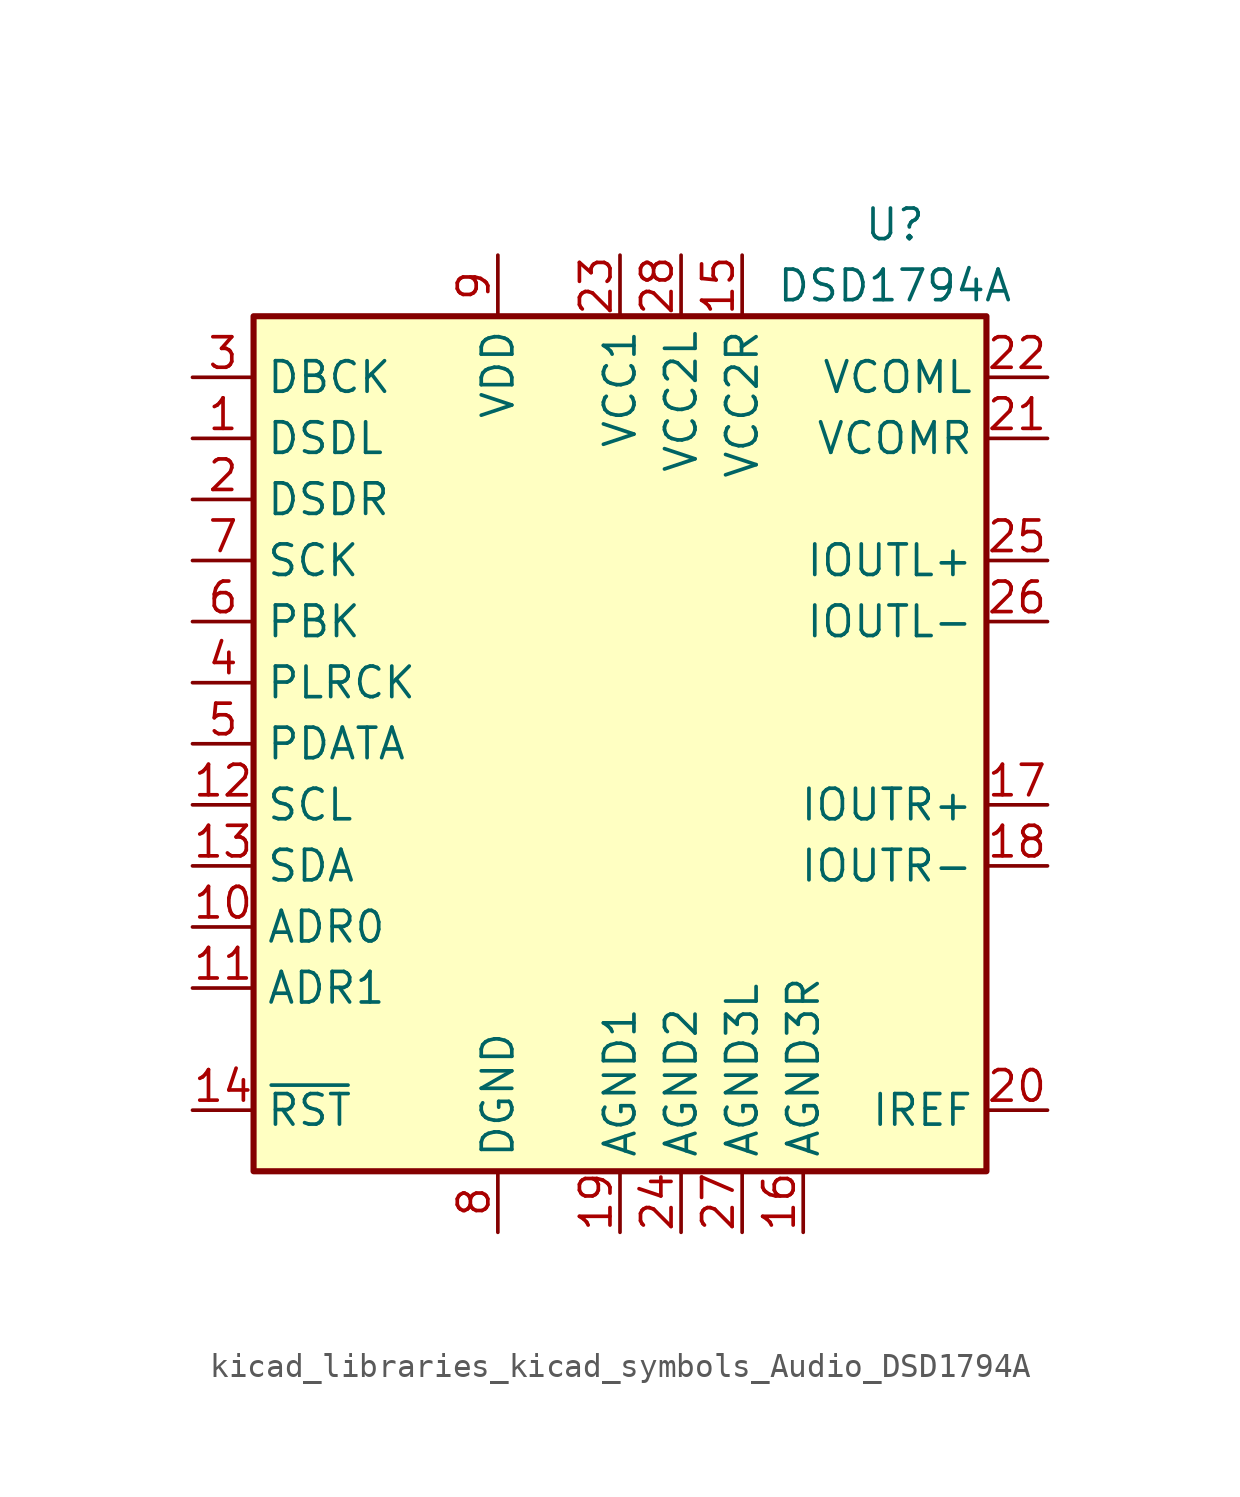
<source format=kicad_sym>
(kicad_symbol_lib
  (version 20220914)
  (generator kicad_symbol_editor)
  (symbol "kicad_libraries_kicad_symbols_Audio_DSD1794A"
    (property "Reference" "U"
      (at 11.43 21.59 0)
      (effects (font (size 1.27 1.27))))
    (property "Value" "DSD1794A"
      (at 11.43 19.05 0)
      (effects (font (size 1.27 1.27))))
    (symbol "kicad_libraries_kicad_symbols_Audio_DSD1794A_0_1"
      (rectangle (start -15.24 17.78) (end 15.24 -17.78) (stroke (width 0.254) (type default)) (fill (type background))))
    (symbol "kicad_libraries_kicad_symbols_Audio_DSD1794A_1_1"
      (pin bidirectional line (at -17.78 12.7 0) (length 2.54) (name "DSDL" (effects (font (size 1.27 1.27)))) (number "1" (effects (font (size 1.27 1.27)))))
      (pin input line (at -17.78 -7.62 0) (length 2.54) (name "ADR0" (effects (font (size 1.27 1.27)))) (number "10" (effects (font (size 1.27 1.27)))))
      (pin input line (at -17.78 -10.16 0) (length 2.54) (name "ADR1" (effects (font (size 1.27 1.27)))) (number "11" (effects (font (size 1.27 1.27)))))
      (pin input line (at -17.78 -2.54 0) (length 2.54) (name "SCL" (effects (font (size 1.27 1.27)))) (number "12" (effects (font (size 1.27 1.27)))))
      (pin bidirectional line (at -17.78 -5.08 0) (length 2.54) (name "SDA" (effects (font (size 1.27 1.27)))) (number "13" (effects (font (size 1.27 1.27)))))
      (pin input line (at -17.78 -15.24 0) (length 2.54) (name "~{RST}" (effects (font (size 1.27 1.27)))) (number "14" (effects (font (size 1.27 1.27)))))
      (pin power_in line (at 5.08 20.32 270) (length 2.54) (name "VCC2R" (effects (font (size 1.27 1.27)))) (number "15" (effects (font (size 1.27 1.27)))))
      (pin power_in line (at 7.62 -20.32 90) (length 2.54) (name "AGND3R" (effects (font (size 1.27 1.27)))) (number "16" (effects (font (size 1.27 1.27)))))
      (pin output line (at 17.78 -2.54 180) (length 2.54) (name "IOUTR+" (effects (font (size 1.27 1.27)))) (number "17" (effects (font (size 1.27 1.27)))))
      (pin output line (at 17.78 -5.08 180) (length 2.54) (name "IOUTR-" (effects (font (size 1.27 1.27)))) (number "18" (effects (font (size 1.27 1.27)))))
      (pin power_in line (at 0 -20.32 90) (length 2.54) (name "AGND1" (effects (font (size 1.27 1.27)))) (number "19" (effects (font (size 1.27 1.27)))))
      (pin bidirectional line (at -17.78 10.16 0) (length 2.54) (name "DSDR" (effects (font (size 1.27 1.27)))) (number "2" (effects (font (size 1.27 1.27)))))
      (pin passive line (at 17.78 -15.24 180) (length 2.54) (name "IREF" (effects (font (size 1.27 1.27)))) (number "20" (effects (font (size 1.27 1.27)))))
      (pin output line (at 17.78 12.7 180) (length 2.54) (name "VCOMR" (effects (font (size 1.27 1.27)))) (number "21" (effects (font (size 1.27 1.27)))))
      (pin passive line (at 17.78 15.24 180) (length 2.54) (name "VCOML" (effects (font (size 1.27 1.27)))) (number "22" (effects (font (size 1.27 1.27)))))
      (pin power_in line (at 0 20.32 270) (length 2.54) (name "VCC1" (effects (font (size 1.27 1.27)))) (number "23" (effects (font (size 1.27 1.27)))))
      (pin power_in line (at 2.54 -20.32 90) (length 2.54) (name "AGND2" (effects (font (size 1.27 1.27)))) (number "24" (effects (font (size 1.27 1.27)))))
      (pin output line (at 17.78 7.62 180) (length 2.54) (name "IOUTL+" (effects (font (size 1.27 1.27)))) (number "25" (effects (font (size 1.27 1.27)))))
      (pin output line (at 17.78 5.08 180) (length 2.54) (name "IOUTL-" (effects (font (size 1.27 1.27)))) (number "26" (effects (font (size 1.27 1.27)))))
      (pin power_in line (at 5.08 -20.32 90) (length 2.54) (name "AGND3L" (effects (font (size 1.27 1.27)))) (number "27" (effects (font (size 1.27 1.27)))))
      (pin power_in line (at 2.54 20.32 270) (length 2.54) (name "VCC2L" (effects (font (size 1.27 1.27)))) (number "28" (effects (font (size 1.27 1.27)))))
      (pin input line (at -17.78 15.24 0) (length 2.54) (name "DBCK" (effects (font (size 1.27 1.27)))) (number "3" (effects (font (size 1.27 1.27)))))
      (pin input line (at -17.78 2.54 0) (length 2.54) (name "PLRCK" (effects (font (size 1.27 1.27)))) (number "4" (effects (font (size 1.27 1.27)))))
      (pin input line (at -17.78 0 0) (length 2.54) (name "PDATA" (effects (font (size 1.27 1.27)))) (number "5" (effects (font (size 1.27 1.27)))))
      (pin input line (at -17.78 5.08 0) (length 2.54) (name "PBK" (effects (font (size 1.27 1.27)))) (number "6" (effects (font (size 1.27 1.27)))))
      (pin input line (at -17.78 7.62 0) (length 2.54) (name "SCK" (effects (font (size 1.27 1.27)))) (number "7" (effects (font (size 1.27 1.27)))))
      (pin power_in line (at -5.08 -20.32 90) (length 2.54) (name "DGND" (effects (font (size 1.27 1.27)))) (number "8" (effects (font (size 1.27 1.27)))))
      (pin power_in line (at -5.08 20.32 270) (length 2.54) (name "VDD" (effects (font (size 1.27 1.27)))) (number "9" (effects (font (size 1.27 1.27))))))))
</source>
